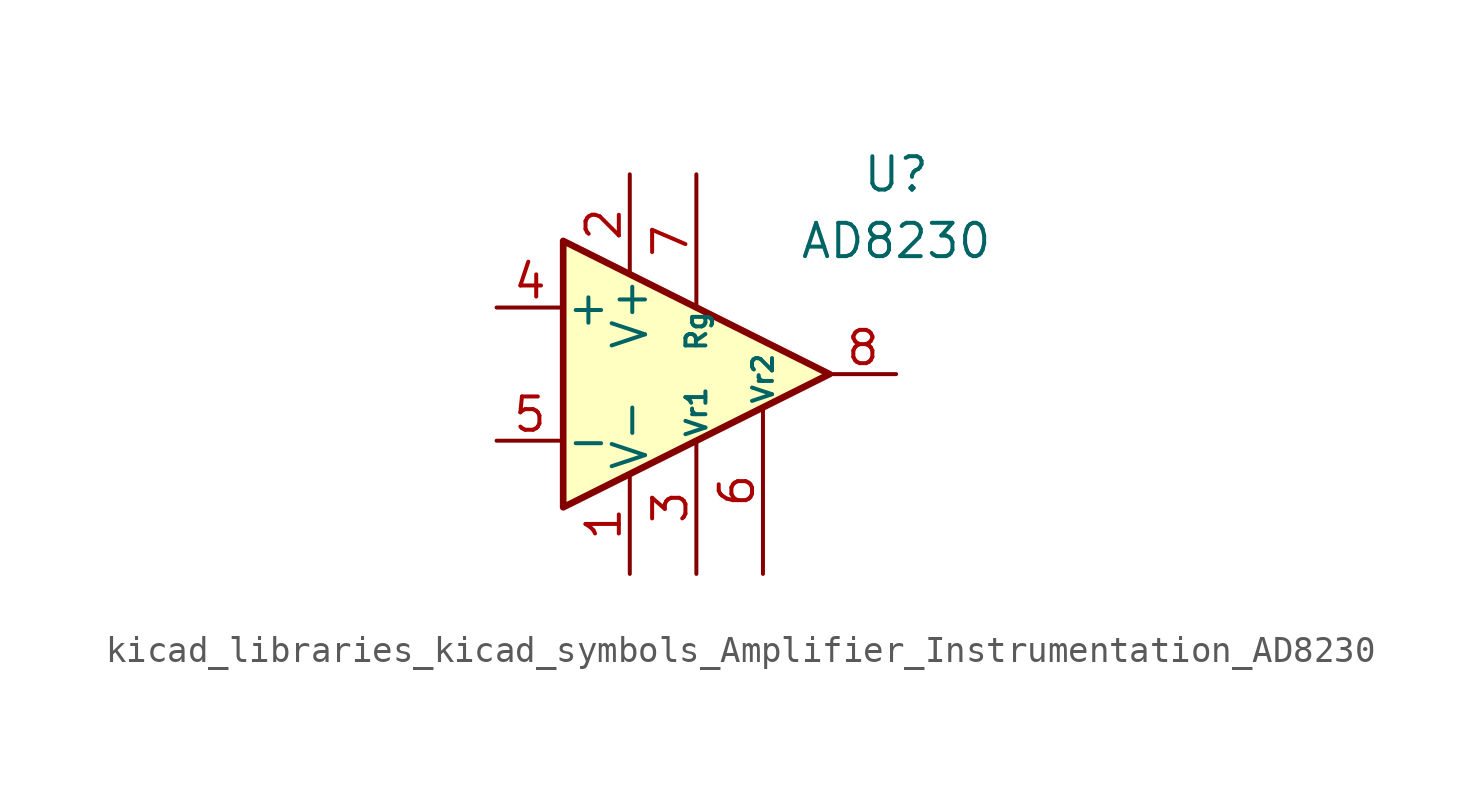
<source format=kicad_sym>
(kicad_symbol_lib
  (version 20220914)
  (generator kicad_symbol_editor)
  (symbol "kicad_libraries_kicad_symbols_Amplifier_Instrumentation_AD8230"
    (pin_names
      (offset 0.076))
    (property "Reference" "U"
      (at 7.62 7.62 0)
      (effects (font (size 1.27 1.27))))
    (property "Value" "AD8230"
      (at 7.62 5.08 0)
      (effects (font (size 1.27 1.27))))
    (symbol "kicad_libraries_kicad_symbols_Amplifier_Instrumentation_AD8230_0_1"
      (polyline (pts (xy -5.08 5.08) (xy -5.08 0) (xy -5.08 -5.08) (xy 5.08 0) (xy -5.08 5.08)) (stroke (width 0.254) (type default)) (fill (type background))))
    (symbol "kicad_libraries_kicad_symbols_Amplifier_Instrumentation_AD8230_1_1"
      (pin power_in line (at -2.54 -7.62 90) (length 3.81) (name "V-" (effects (font (size 1.27 1.27)))) (number "1" (effects (font (size 1.27 1.27)))))
      (pin power_in line (at -2.54 7.62 270) (length 3.81) (name "V+" (effects (font (size 1.27 1.27)))) (number "2" (effects (font (size 1.27 1.27)))))
      (pin input line (at 0 -7.62 90) (length 5.08) (name "Vr1" (effects (font (size 0.762 0.762)))) (number "3" (effects (font (size 1.27 1.27)))))
      (pin input line (at -7.62 2.54 0) (length 2.54) (name "+" (effects (font (size 1.27 1.27)))) (number "4" (effects (font (size 1.27 1.27)))))
      (pin input line (at -7.62 -2.54 0) (length 2.54) (name "-" (effects (font (size 1.27 1.27)))) (number "5" (effects (font (size 1.27 1.27)))))
      (pin input line (at 2.54 -7.62 90) (length 6.35) (name "Vr2" (effects (font (size 0.762 0.762)))) (number "6" (effects (font (size 1.27 1.27)))))
      (pin output line (at 0 7.62 270) (length 5.08) (name "Rg" (effects (font (size 0.762 0.762)))) (number "7" (effects (font (size 1.27 1.27)))))
      (pin output line (at 7.62 0 180) (length 2.54) (name "~" (effects (font (size 1.27 1.27)))) (number "8" (effects (font (size 1.27 1.27))))))))
</source>
